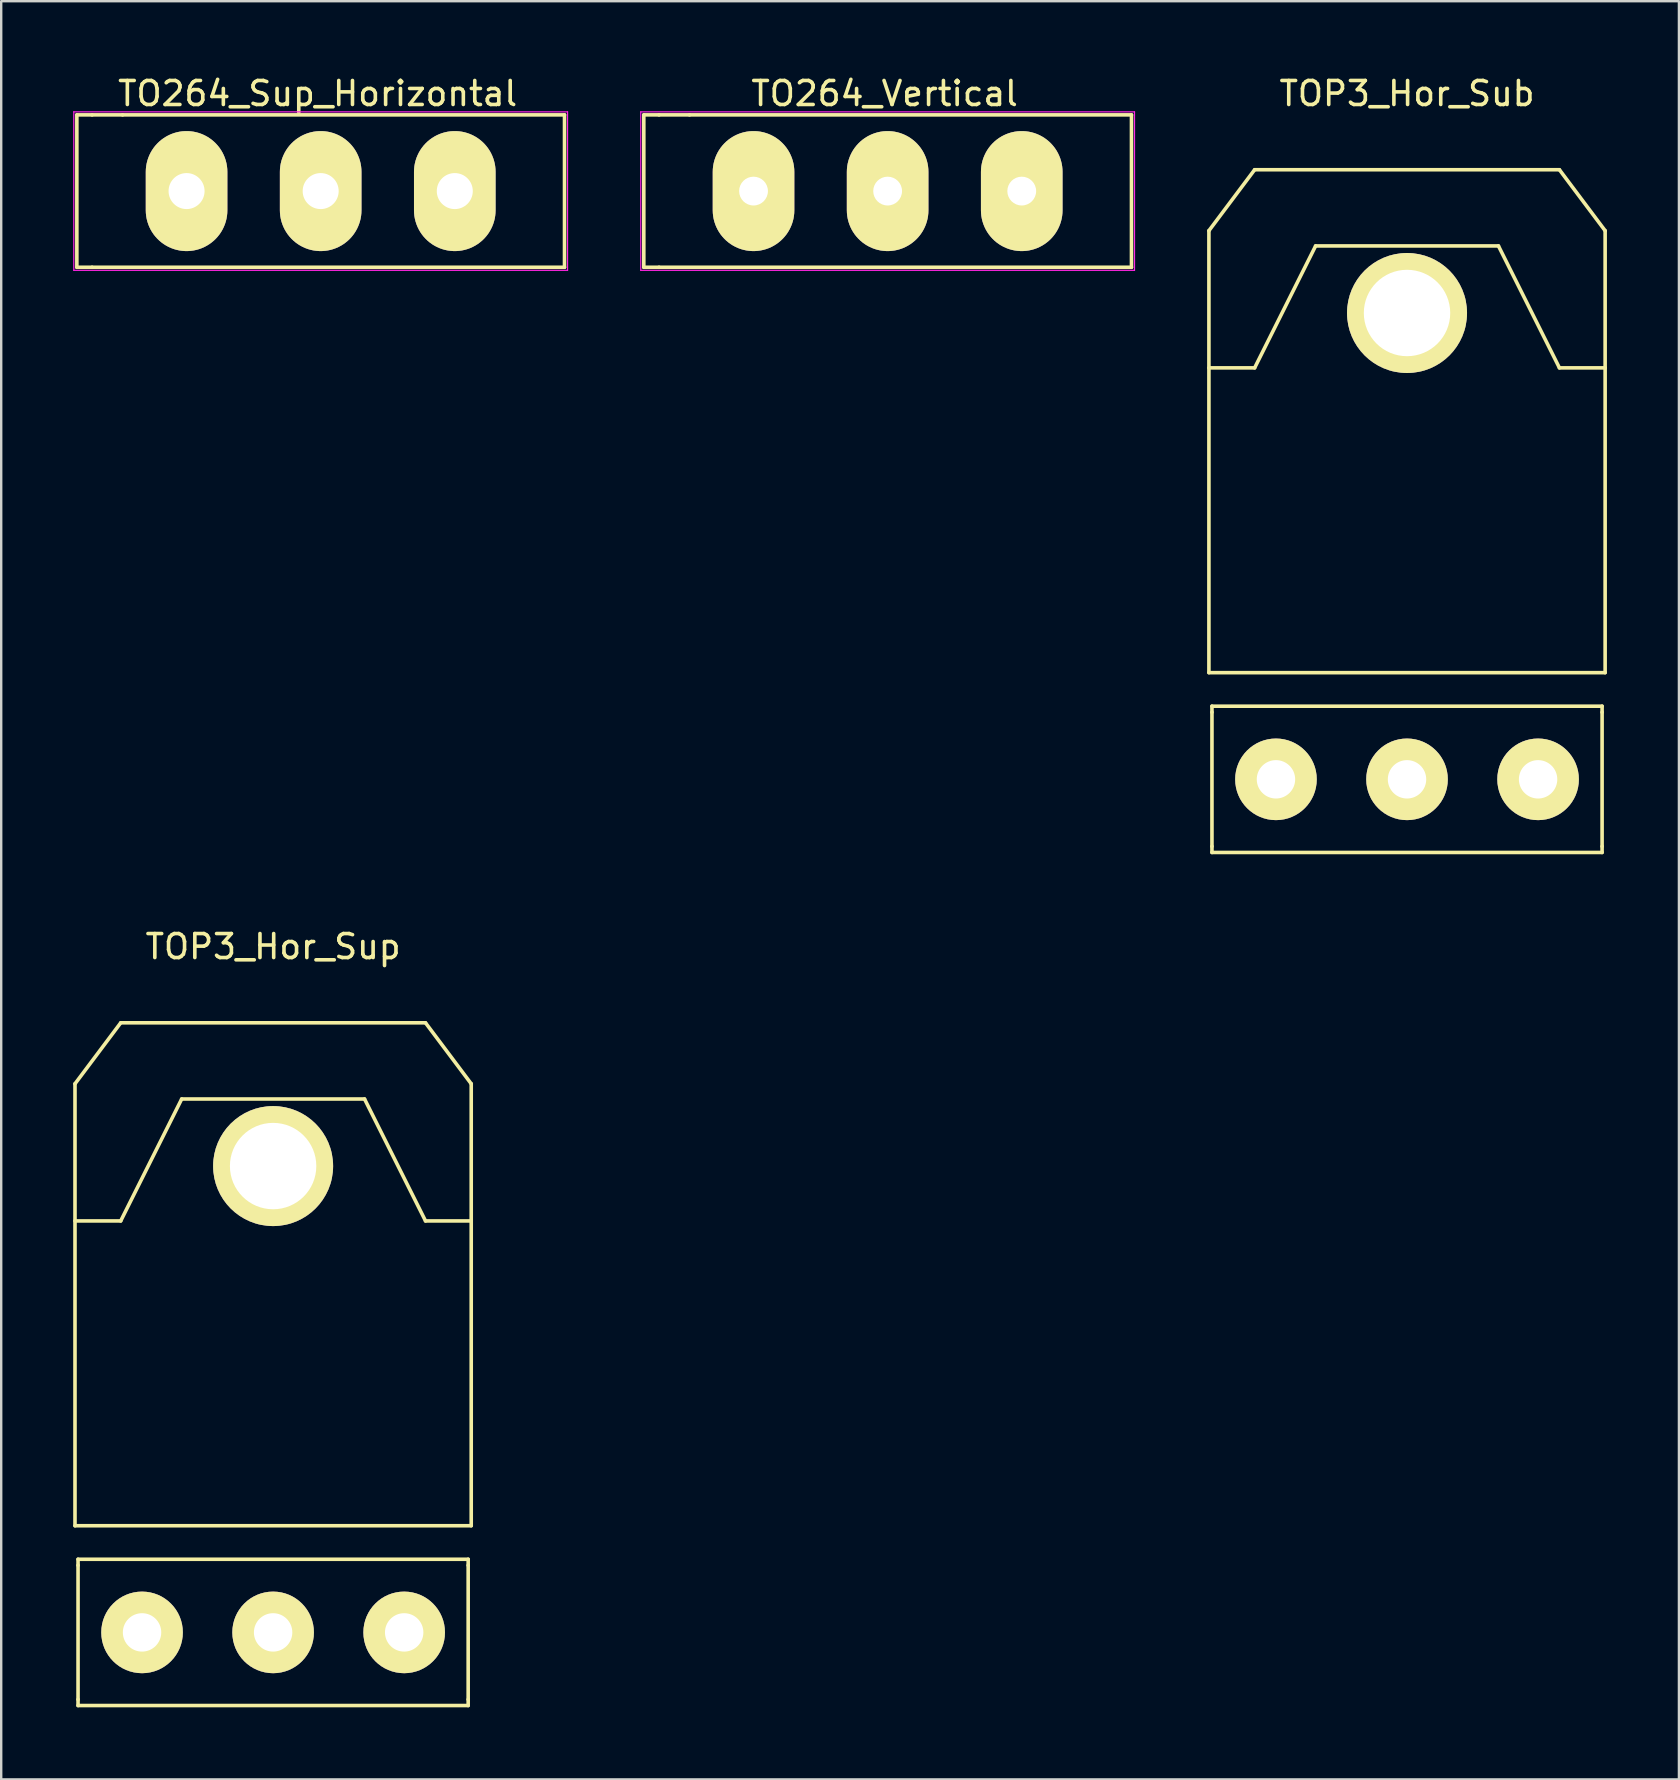
<source format=kicad_pcb>
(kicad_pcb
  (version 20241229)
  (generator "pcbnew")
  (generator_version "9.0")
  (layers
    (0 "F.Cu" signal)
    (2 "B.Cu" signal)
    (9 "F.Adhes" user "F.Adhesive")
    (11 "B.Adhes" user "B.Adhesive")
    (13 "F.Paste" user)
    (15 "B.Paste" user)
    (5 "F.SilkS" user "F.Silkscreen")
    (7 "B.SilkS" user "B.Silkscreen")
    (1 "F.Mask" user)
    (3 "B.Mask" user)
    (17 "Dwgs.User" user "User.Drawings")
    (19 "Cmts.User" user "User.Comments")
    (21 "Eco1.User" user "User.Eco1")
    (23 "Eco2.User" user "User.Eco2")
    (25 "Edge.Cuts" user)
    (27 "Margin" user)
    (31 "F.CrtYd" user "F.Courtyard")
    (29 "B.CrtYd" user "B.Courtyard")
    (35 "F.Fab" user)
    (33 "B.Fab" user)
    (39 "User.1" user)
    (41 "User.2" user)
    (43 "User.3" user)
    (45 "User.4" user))
  (footprint "TO264_Vertical"
    (layer "F.Cu")
    (at 28.348 4.912)
    (property "Reference" "TO264_Vertical" (at 5.461 -4.064 0) (layer "F.SilkS") (effects (font (size 1 1) (thickness 0.15))))
    (attr through_hole)
    (fp_line (start -4.572 -3.175) (end -4.572 3.175) (stroke (width 0.15) (type solid)) (layer "F.SilkS"))
    (fp_line (start -4.572 3.175) (end -3.937 3.175) (stroke (width 0.15) (type solid)) (layer "F.SilkS"))
    (fp_line (start -3.937 -3.175) (end -4.572 -3.175) (stroke (width 0.15) (type solid)) (layer "F.SilkS"))
    (fp_line (start -3.937 3.175) (end 15.748 3.175) (stroke (width 0.15) (type solid)) (layer "F.SilkS"))
    (fp_line (start -2.667 -3.175) (end -3.937 -3.175) (stroke (width 0.15) (type solid)) (layer "F.SilkS"))
    (fp_line (start 15.748 -3.175) (end -2.667 -3.175) (stroke (width 0.15) (type solid)) (layer "F.SilkS"))
    (fp_line (start 15.748 3.175) (end 15.748 -3.175) (stroke (width 0.15) (type solid)) (layer "F.SilkS"))
    (fp_line (start -4.699 -3.302) (end 15.875 -3.302) (stroke (width 0.05) (type solid)) (layer "F.CrtYd"))
    (fp_line (start -4.699 3.302) (end -4.699 -3.302) (stroke (width 0.05) (type solid)) (layer "F.CrtYd"))
    (fp_line (start 15.875 -3.302) (end 15.875 3.302) (stroke (width 0.05) (type solid)) (layer "F.CrtYd"))
    (fp_line (start 15.875 3.302) (end -4.699 3.302) (stroke (width 0.05) (type solid)) (layer "F.CrtYd"))
    (pad "1" thru_hole oval (at 0 0 90) (size 5 3.4) (drill 1.2) (layers "*.Cu" "*.Mask" "F.SilkS"))
    (pad "2" thru_hole oval (at 5.588 0 90) (size 5 3.4) (drill 1.2) (layers "*.Cu" "*.Mask" "F.SilkS"))
    (pad "3" thru_hole oval (at 11.176 0 90) (size 5 3.4) (drill 1.2) (layers "*.Cu" "*.Mask" "F.SilkS")))
  (footprint "TO264_Sup_Horizontal"
    (layer "F.Cu")
    (at 4.724 4.912)
    (property "Reference" "TO264_Sup_Horizontal" (at 5.461 -4.064 0) (layer "F.SilkS") (effects (font (size 1 1) (thickness 0.15))))
    (attr through_hole)
    (fp_line (start -4.572 -3.175) (end -4.572 3.175) (stroke (width 0.15) (type solid)) (layer "F.SilkS"))
    (fp_line (start -4.572 3.175) (end -3.937 3.175) (stroke (width 0.15) (type solid)) (layer "F.SilkS"))
    (fp_line (start -3.937 -3.175) (end -4.572 -3.175) (stroke (width 0.15) (type solid)) (layer "F.SilkS"))
    (fp_line (start -3.937 3.175) (end 15.748 3.175) (stroke (width 0.15) (type solid)) (layer "F.SilkS"))
    (fp_line (start -2.667 -3.175) (end -3.937 -3.175) (stroke (width 0.15) (type solid)) (layer "F.SilkS"))
    (fp_line (start 15.748 -3.175) (end -2.667 -3.175) (stroke (width 0.15) (type solid)) (layer "F.SilkS"))
    (fp_line (start 15.748 3.175) (end 15.748 -3.175) (stroke (width 0.15) (type solid)) (layer "F.SilkS"))
    (fp_line (start -4.699 -3.302) (end 15.875 -3.302) (stroke (width 0.05) (type solid)) (layer "F.CrtYd"))
    (fp_line (start -4.699 3.302) (end -4.699 -3.302) (stroke (width 0.05) (type solid)) (layer "F.CrtYd"))
    (fp_line (start 15.875 -3.302) (end 15.875 3.302) (stroke (width 0.05) (type solid)) (layer "F.CrtYd"))
    (fp_line (start 15.875 3.302) (end -4.699 3.302) (stroke (width 0.05) (type solid)) (layer "F.CrtYd"))
    (pad "1" thru_hole oval (at 0 0 90) (size 5 3.4) (drill 1.5) (layers "*.Cu" "*.Mask" "F.SilkS"))
    (pad "2" thru_hole oval (at 5.588 0 90) (size 5 3.4) (drill 1.5) (layers "*.Cu" "*.Mask" "F.SilkS"))
    (pad "3" thru_hole oval (at 11.176 0 90) (size 5 3.4) (drill 1.5) (layers "*.Cu" "*.Mask" "F.SilkS")))
  (footprint "TOP3_Hor_Sub"
    (layer "F.Cu")
    (at 55.578 29.423)
    (property "Reference" "TOP3_Hor_Sub" (at 0 -28.575 0) (layer "F.SilkS") (effects (font (size 1 1) (thickness 0.15))))
    (attr through_hole)
    (fp_line (start -8.255 -22.86) (end -8.255 -4.445) (stroke (width 0.15) (type solid)) (layer "F.SilkS"))
    (fp_line (start -8.255 -17.145) (end -6.35 -17.145) (stroke (width 0.15) (type solid)) (layer "F.SilkS"))
    (fp_line (start -8.255 -4.445) (end 8.255 -4.445) (stroke (width 0.15) (type solid)) (layer "F.SilkS"))
    (fp_line (start -8.128 -3.048) (end 8.128 -3.048) (stroke (width 0.15) (type solid)) (layer "F.SilkS"))
    (fp_line (start -8.128 -2.794) (end -8.128 -3.048) (stroke (width 0.15) (type solid)) (layer "F.SilkS"))
    (fp_line (start -8.128 -2.794) (end -8.128 2.794) (stroke (width 0.15) (type solid)) (layer "F.SilkS"))
    (fp_line (start -8.128 2.794) (end -8.128 3.048) (stroke (width 0.15) (type solid)) (layer "F.SilkS"))
    (fp_line (start -8.128 3.048) (end 8.128 3.048) (stroke (width 0.15) (type solid)) (layer "F.SilkS"))
    (fp_line (start -6.35 -25.4) (end -8.255 -22.86) (stroke (width 0.15) (type solid)) (layer "F.SilkS"))
    (fp_line (start -6.35 -25.4) (end 6.35 -25.4) (stroke (width 0.15) (type solid)) (layer "F.SilkS"))
    (fp_line (start -6.35 -17.145) (end -3.81 -22.225) (stroke (width 0.15) (type solid)) (layer "F.SilkS"))
    (fp_line (start -3.81 -22.225) (end 3.81 -22.225) (stroke (width 0.15) (type solid)) (layer "F.SilkS"))
    (fp_line (start 3.81 -22.225) (end 6.35 -17.145) (stroke (width 0.15) (type solid)) (layer "F.SilkS"))
    (fp_line (start 6.35 -25.4) (end 8.255 -22.86) (stroke (width 0.15) (type solid)) (layer "F.SilkS"))
    (fp_line (start 6.35 -17.145) (end 8.255 -17.145) (stroke (width 0.15) (type solid)) (layer "F.SilkS"))
    (fp_line (start 8.128 -3.048) (end 8.128 -2.794) (stroke (width 0.15) (type solid)) (layer "F.SilkS"))
    (fp_line (start 8.128 2.794) (end 8.128 -2.794) (stroke (width 0.15) (type solid)) (layer "F.SilkS"))
    (fp_line (start 8.128 3.048) (end 8.128 2.794) (stroke (width 0.15) (type solid)) (layer "F.SilkS"))
    (fp_line (start 8.255 -22.86) (end 8.255 -4.445) (stroke (width 0.15) (type solid)) (layer "F.SilkS"))
    (pad "" thru_hole circle (at 0 -19.431 90) (size 5 5) (drill 3.6) (layers "*.Cu" "*.Mask" "F.SilkS"))
    (pad "1" thru_hole circle (at -5.461 0 90) (size 3.4 3.4) (drill 1.6) (layers "*.Cu" "*.Mask" "F.SilkS"))
    (pad "2" thru_hole circle (at 0 0 90) (size 3.4 3.4) (drill 1.6) (layers "*.Cu" "*.Mask" "F.SilkS"))
    (pad "3" thru_hole circle (at 5.461 0 90) (size 3.4 3.4) (drill 1.6) (layers "*.Cu" "*.Mask" "F.SilkS")))
  (footprint "TOP3_Hor_Sup"
    (layer "F.Cu")
    (at 8.33 64.969)
    (property "Reference" "TOP3_Hor_Sup" (at 0 -28.575 0) (layer "F.SilkS") (effects (font (size 1 1) (thickness 0.15))))
    (attr through_hole)
    (fp_line (start -8.255 -22.86) (end -8.255 -4.445) (stroke (width 0.15) (type solid)) (layer "F.SilkS"))
    (fp_line (start -8.255 -17.145) (end -6.35 -17.145) (stroke (width 0.15) (type solid)) (layer "F.SilkS"))
    (fp_line (start -8.255 -4.445) (end 8.255 -4.445) (stroke (width 0.15) (type solid)) (layer "F.SilkS"))
    (fp_line (start -8.128 -3.048) (end 8.128 -3.048) (stroke (width 0.15) (type solid)) (layer "F.SilkS"))
    (fp_line (start -8.128 -2.794) (end -8.128 -3.048) (stroke (width 0.15) (type solid)) (layer "F.SilkS"))
    (fp_line (start -8.128 -2.794) (end -8.128 2.794) (stroke (width 0.15) (type solid)) (layer "F.SilkS"))
    (fp_line (start -8.128 2.794) (end -8.128 3.048) (stroke (width 0.15) (type solid)) (layer "F.SilkS"))
    (fp_line (start -8.128 3.048) (end 8.128 3.048) (stroke (width 0.15) (type solid)) (layer "F.SilkS"))
    (fp_line (start -6.35 -25.4) (end -8.255 -22.86) (stroke (width 0.15) (type solid)) (layer "F.SilkS"))
    (fp_line (start -6.35 -25.4) (end 6.35 -25.4) (stroke (width 0.15) (type solid)) (layer "F.SilkS"))
    (fp_line (start -6.35 -17.145) (end -3.81 -22.225) (stroke (width 0.15) (type solid)) (layer "F.SilkS"))
    (fp_line (start -3.81 -22.225) (end 3.81 -22.225) (stroke (width 0.15) (type solid)) (layer "F.SilkS"))
    (fp_line (start 3.81 -22.225) (end 6.35 -17.145) (stroke (width 0.15) (type solid)) (layer "F.SilkS"))
    (fp_line (start 6.35 -25.4) (end 8.255 -22.86) (stroke (width 0.15) (type solid)) (layer "F.SilkS"))
    (fp_line (start 6.35 -17.145) (end 8.255 -17.145) (stroke (width 0.15) (type solid)) (layer "F.SilkS"))
    (fp_line (start 8.128 -3.048) (end 8.128 -2.794) (stroke (width 0.15) (type solid)) (layer "F.SilkS"))
    (fp_line (start 8.128 2.794) (end 8.128 -2.794) (stroke (width 0.15) (type solid)) (layer "F.SilkS"))
    (fp_line (start 8.128 3.048) (end 8.128 2.794) (stroke (width 0.15) (type solid)) (layer "F.SilkS"))
    (fp_line (start 8.255 -22.86) (end 8.255 -4.445) (stroke (width 0.15) (type solid)) (layer "F.SilkS"))
    (pad "" thru_hole circle (at 0 -19.431 90) (size 5 5) (drill 3.6) (layers "*.Cu" "*.Mask" "F.SilkS"))
    (pad "1" thru_hole circle (at -5.461 0 90) (size 3.4 3.4) (drill 1.6) (layers "*.Cu" "*.Mask" "F.SilkS"))
    (pad "2" thru_hole circle (at 0 0 90) (size 3.4 3.4) (drill 1.6) (layers "*.Cu" "*.Mask" "F.SilkS"))
    (pad "3" thru_hole circle (at 5.461 0 90) (size 3.4 3.4) (drill 1.6) (layers "*.Cu" "*.Mask" "F.SilkS")))
  (gr_rect
    (start -3 -3)
    (end 66.908 71.093)
    (stroke (width 0.1) (type default))
    (fill no)
    (layer "Edge.Cuts")))
</source>
